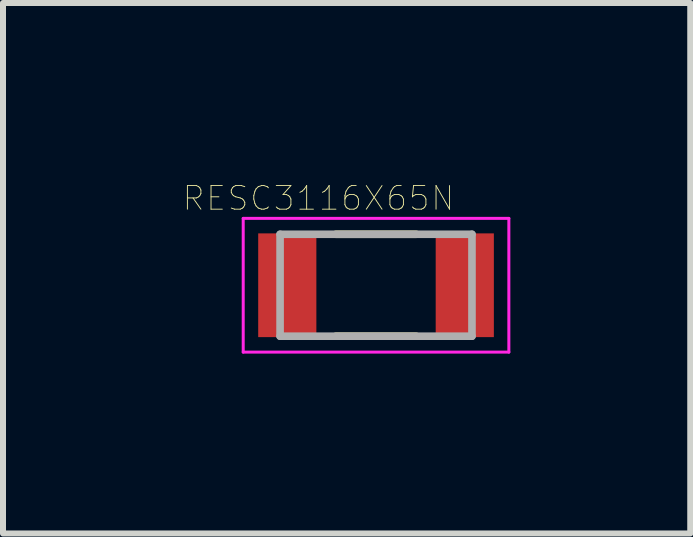
<source format=kicad_pcb>
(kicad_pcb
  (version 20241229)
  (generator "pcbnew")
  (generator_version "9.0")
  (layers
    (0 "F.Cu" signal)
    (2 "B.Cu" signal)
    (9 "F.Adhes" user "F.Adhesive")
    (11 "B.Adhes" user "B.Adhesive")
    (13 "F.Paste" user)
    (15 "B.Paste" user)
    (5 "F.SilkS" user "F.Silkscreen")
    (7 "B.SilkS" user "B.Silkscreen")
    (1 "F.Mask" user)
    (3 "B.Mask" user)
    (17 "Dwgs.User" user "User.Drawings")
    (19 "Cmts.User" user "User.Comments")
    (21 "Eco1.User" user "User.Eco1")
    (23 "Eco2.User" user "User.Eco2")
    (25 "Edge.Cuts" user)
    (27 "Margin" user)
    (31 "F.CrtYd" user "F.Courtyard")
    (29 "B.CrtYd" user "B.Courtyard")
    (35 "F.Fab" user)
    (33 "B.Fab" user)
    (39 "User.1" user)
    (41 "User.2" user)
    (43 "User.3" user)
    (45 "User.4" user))
  (footprint "RESC3116X65N"
    (layer "F.Cu")
    (at 3.221 1.707)
    (property "Reference" "RESC3116X65N" (at -0.96 -1.45 0) (layer "F.SilkS") (effects (font (size 0.394 0.394) (thickness 0.015))))
    (attr through_hole)
    (fp_line (start -0.67 -0.85) (end 0.67 -0.85) (stroke (width 0.127) (type solid)) (layer "F.SilkS"))
    (fp_line (start -0.67 0.85) (end 0.67 0.85) (stroke (width 0.127) (type solid)) (layer "F.SilkS"))
    (fp_line (start -2.215 -1.115) (end 2.215 -1.115) (stroke (width 0.05) (type solid)) (layer "F.CrtYd"))
    (fp_line (start -2.215 1.115) (end -2.215 -1.115) (stroke (width 0.05) (type solid)) (layer "F.CrtYd"))
    (fp_line (start -2.215 1.115) (end 2.215 1.115) (stroke (width 0.05) (type solid)) (layer "F.CrtYd"))
    (fp_line (start 2.215 1.115) (end 2.215 -1.115) (stroke (width 0.05) (type solid)) (layer "F.CrtYd"))
    (fp_line (start -1.6 0.85) (end -1.6 -0.85) (stroke (width 0.127) (type solid)) (layer "F.Fab"))
    (fp_line (start 1.6 -0.85) (end -1.6 -0.85) (stroke (width 0.127) (type solid)) (layer "F.Fab"))
    (fp_line (start 1.6 0.85) (end -1.6 0.85) (stroke (width 0.127) (type solid)) (layer "F.Fab"))
    (fp_line (start 1.6 0.85) (end 1.6 -0.85) (stroke (width 0.127) (type solid)) (layer "F.Fab"))
    (pad "1" smd rect (at -1.48 0) (size 0.97 1.73) (layers "F.Cu" "F.Mask" "F.Paste"))
    (pad "2" smd rect (at 1.48 0) (size 0.97 1.73) (layers "F.Cu" "F.Mask" "F.Paste")))
  (gr_rect
    (start -3 -3)
    (end 8.461 5.847)
    (stroke (width 0.1) (type default))
    (fill no)
    (layer "Edge.Cuts")))
</source>
